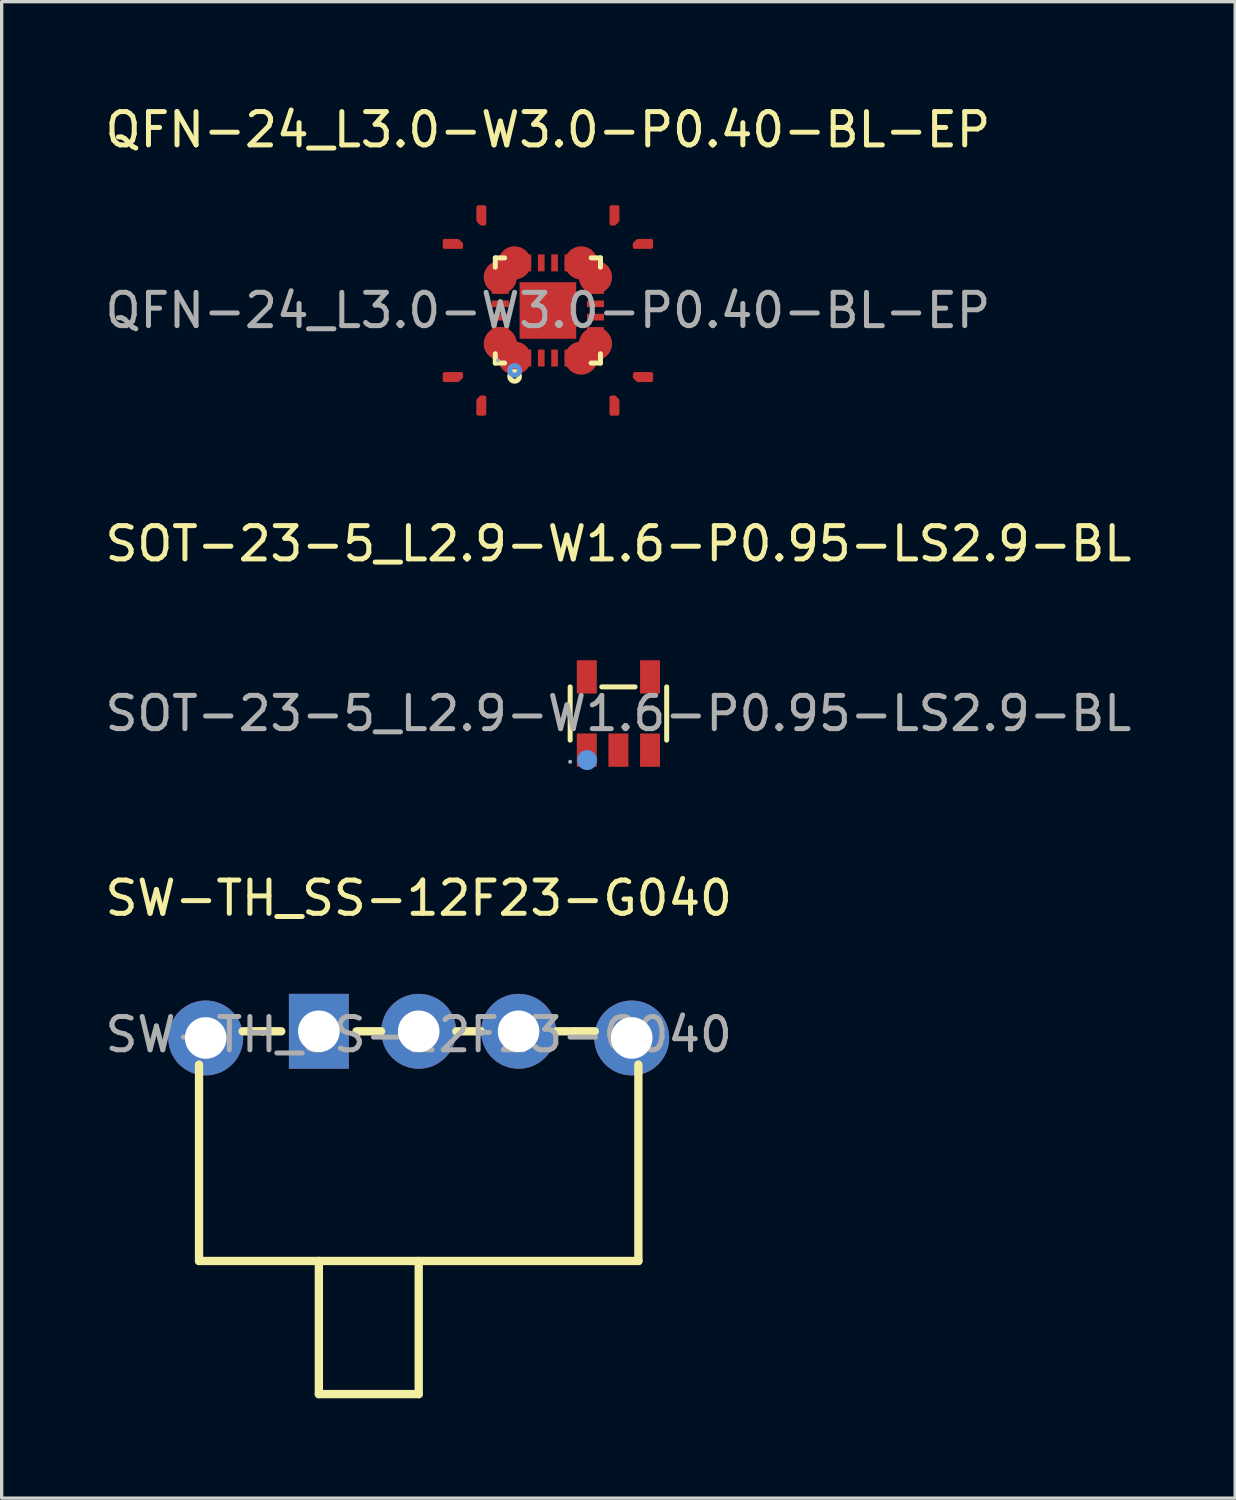
<source format=kicad_pcb>
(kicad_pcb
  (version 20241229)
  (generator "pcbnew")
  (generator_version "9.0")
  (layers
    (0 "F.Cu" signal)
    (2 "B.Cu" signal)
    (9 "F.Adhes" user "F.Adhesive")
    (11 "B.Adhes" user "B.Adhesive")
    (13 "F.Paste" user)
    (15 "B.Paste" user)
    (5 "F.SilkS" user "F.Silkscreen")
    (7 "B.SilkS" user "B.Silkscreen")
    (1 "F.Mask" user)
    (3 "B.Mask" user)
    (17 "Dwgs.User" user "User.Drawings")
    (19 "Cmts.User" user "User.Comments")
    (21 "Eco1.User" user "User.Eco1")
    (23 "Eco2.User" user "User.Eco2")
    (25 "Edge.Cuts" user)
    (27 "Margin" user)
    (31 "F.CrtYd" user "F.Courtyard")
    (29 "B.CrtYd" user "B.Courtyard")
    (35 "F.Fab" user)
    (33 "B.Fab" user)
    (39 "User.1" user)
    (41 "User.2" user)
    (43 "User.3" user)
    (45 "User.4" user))
  (footprint "SOT-23-5_L2.9-W1.6-P0.95-LS2.9-BL"
    (layer "F.Cu")
    (at 15.53 18.387)
    (property "Reference" "SOT-23-5_L2.9-W1.6-P0.95-LS2.9-BL" (at 0 -5.1 0) (layer "F.SilkS") (effects (font (size 1 1) (thickness 0.15))))
    (attr through_hole)
    (fp_line (start -1.45 -0.8) (end -1.45 0.8) (stroke (width 0.15) (type solid)) (layer "F.SilkS"))
    (fp_line (start -0.5 -0.8) (end 0.5 -0.8) (stroke (width 0.15) (type solid)) (layer "F.SilkS"))
    (fp_line (start 1.45 -0.8) (end 1.45 0.8) (stroke (width 0.15) (type solid)) (layer "F.SilkS"))
    (fp_circle (center -0.94 1.4) (end -0.79 1.4) (stroke (width 0.3) (type solid)) (fill no) (layer "Cmts.User"))
    (fp_circle (center -1.45 1.45) (end -1.42 1.45) (stroke (width 0.06) (type solid)) (fill no) (layer "F.Fab"))
    (fp_text user "${REFERENCE}" (at 0 0 0) (layer "F.Fab") (effects (font (size 1 1) (thickness 0.15))))
    (pad "1" smd rect (at -0.95 1.1) (size 0.6 1) (layers "F.Cu" "F.Mask" "F.Paste"))
    (pad "2" smd rect (at 0 1.1) (size 0.6 1) (layers "F.Cu" "F.Mask" "F.Paste"))
    (pad "3" smd rect (at 0.95 1.1) (size 0.6 1) (layers "F.Cu" "F.Mask" "F.Paste"))
    (pad "4" smd rect (at 0.95 -1.1) (size 0.6 1) (layers "F.Cu" "F.Mask" "F.Paste"))
    (pad "5" smd rect (at -0.95 -1.1) (size 0.6 1) (layers "F.Cu" "F.Mask" "F.Paste")))
  (footprint "QFN-24_L3.0-W3.0-P0.40-BL-EP"
    (layer "F.Cu")
    (at 13.411 6.278)
    (property "Reference" "QFN-24_L3.0-W3.0-P0.40-BL-EP" (at 0 -5.43 0) (layer "F.SilkS") (effects (font (size 1 1) (thickness 0.15))))
    (attr smd)
    (fp_line (start -1.58 -1.58) (end -1.3 -1.58) (stroke (width 0.15) (type solid)) (layer "F.SilkS"))
    (fp_line (start -1.58 -1.3) (end -1.58 -1.58) (stroke (width 0.15) (type solid)) (layer "F.SilkS"))
    (fp_line (start -1.58 1.3) (end -1.58 1.58) (stroke (width 0.15) (type solid)) (layer "F.SilkS"))
    (fp_line (start -1.58 1.58) (end -1.3 1.58) (stroke (width 0.15) (type solid)) (layer "F.SilkS"))
    (fp_line (start 1.58 -1.58) (end 1.3 -1.58) (stroke (width 0.15) (type solid)) (layer "F.SilkS"))
    (fp_line (start 1.58 -1.3) (end 1.58 -1.58) (stroke (width 0.15) (type solid)) (layer "F.SilkS"))
    (fp_line (start 1.58 1.3) (end 1.58 1.58) (stroke (width 0.15) (type solid)) (layer "F.SilkS"))
    (fp_line (start 1.58 1.58) (end 1.3 1.58) (stroke (width 0.15) (type solid)) (layer "F.SilkS"))
    (fp_circle (center -1 1.98) (end -0.93 1.98) (stroke (width 0.15) (type solid)) (fill no) (layer "F.SilkS"))
    (fp_circle (center -1 1.8) (end -0.93 1.8) (stroke (width 0.15) (type solid)) (fill no) (layer "Cmts.User"))
    (fp_circle (center -1.5 1.5) (end -1.47 1.5) (stroke (width 0.06) (type solid)) (fill no) (layer "F.Fab"))
    (fp_text user "${REFERENCE}" (at 0 0 0) (layer "F.Fab") (effects (font (size 1 1) (thickness 0.15))))
    (pad "1" smd custom (at -1 1.43) (size 1 1) (layers "F.Cu" "F.Mask" "F.Paste") (options (anchor circle)) (primitives (gr_poly (pts (xy -1.1 1.68) (xy -0.9 1.68) (xy -0.9 1.18) (xy -1 1.17) (xy -1.1 1.27)) (width 0.1) (fill yes))))
    (pad "2" smd rect (at -0.6 1.43) (size 0.2 0.51) (layers "F.Cu" "F.Mask" "F.Paste"))
    (pad "3" smd rect (at -0.2 1.43) (size 0.2 0.51) (layers "F.Cu" "F.Mask" "F.Paste"))
    (pad "4" smd rect (at 0.2 1.43) (size 0.2 0.51) (layers "F.Cu" "F.Mask" "F.Paste"))
    (pad "5" smd rect (at 0.6 1.43) (size 0.2 0.51) (layers "F.Cu" "F.Mask" "F.Paste"))
    (pad "6" smd custom (at 1 1.43) (size 1 1) (layers "F.Cu" "F.Mask" "F.Paste") (options (anchor circle)) (primitives (gr_poly (pts (xy 1.1 1.68) (xy 0.9 1.68) (xy 0.9 1.18) (xy 1 1.17) (xy 1.1 1.27)) (width 0.1) (fill yes))))
    (pad "7" smd custom (at 1.43 1) (size 1 1) (layers "F.Cu" "F.Mask" "F.Paste") (options (anchor circle)) (primitives (gr_poly (pts (xy 1.68 1.1) (xy 1.27 1.1) (xy 1.17 1) (xy 1.18 0.9) (xy 1.68 0.9)) (width 0.1) (fill yes))))
    (pad "8" smd rect (at 1.43 0.6) (size 0.51 0.2) (layers "F.Cu" "F.Mask" "F.Paste"))
    (pad "9" smd rect (at 1.43 0.2) (size 0.51 0.2) (layers "F.Cu" "F.Mask" "F.Paste"))
    (pad "10" smd rect (at 1.43 -0.2) (size 0.51 0.2) (layers "F.Cu" "F.Mask" "F.Paste"))
    (pad "11" smd rect (at 1.43 -0.6) (size 0.51 0.2) (layers "F.Cu" "F.Mask" "F.Paste"))
    (pad "12" smd custom (at 1.43 -1) (size 1 1) (layers "F.Cu" "F.Mask" "F.Paste") (options (anchor circle)) (primitives (gr_poly (pts (xy 1.68 -1.1) (xy 1.27 -1.1) (xy 1.17 -1) (xy 1.17 -0.9) (xy 1.68 -0.9)) (width 0.1) (fill yes))))
    (pad "13" smd custom (at 1 -1.43) (size 1 1) (layers "F.Cu" "F.Mask" "F.Paste") (options (anchor circle)) (primitives (gr_poly (pts (xy 1.1 -1.68) (xy 0.9 -1.68) (xy 0.9 -1.17) (xy 1 -1.17) (xy 1.1 -1.27)) (width 0.1) (fill yes))))
    (pad "14" smd rect (at 0.6 -1.43) (size 0.2 0.51) (layers "F.Cu" "F.Mask" "F.Paste"))
    (pad "15" smd rect (at 0.2 -1.43) (size 0.2 0.51) (layers "F.Cu" "F.Mask" "F.Paste"))
    (pad "16" smd rect (at -0.2 -1.43) (size 0.2 0.51) (layers "F.Cu" "F.Mask" "F.Paste"))
    (pad "17" smd rect (at -0.6 -1.43) (size 0.2 0.51) (layers "F.Cu" "F.Mask" "F.Paste"))
    (pad "18" smd custom (at -1 -1.43) (size 1 1) (layers "F.Cu" "F.Mask" "F.Paste") (options (anchor circle)) (primitives (gr_poly (pts (xy -1.1 -1.68) (xy -0.9 -1.68) (xy -0.9 -1.17) (xy -1 -1.17) (xy -1.1 -1.27)) (width 0.1) (fill yes))))
    (pad "19" smd custom (at -1.43 -1) (size 1 1) (layers "F.Cu" "F.Mask" "F.Paste") (options (anchor circle)) (primitives (gr_poly (pts (xy -1.68 -1.1) (xy -1.27 -1.1) (xy -1.17 -1) (xy -1.17 -0.9) (xy -1.68 -0.9)) (width 0.1) (fill yes))))
    (pad "20" smd rect (at -1.43 -0.6) (size 0.51 0.2) (layers "F.Cu" "F.Mask" "F.Paste"))
    (pad "21" smd rect (at -1.43 -0.2) (size 0.51 0.2) (layers "F.Cu" "F.Mask" "F.Paste"))
    (pad "22" smd rect (at -1.43 0.2) (size 0.51 0.2) (layers "F.Cu" "F.Mask" "F.Paste"))
    (pad "23" smd rect (at -1.43 0.6) (size 0.51 0.2) (layers "F.Cu" "F.Mask" "F.Paste"))
    (pad "24" smd custom (at -1.43 1) (size 1 1) (layers "F.Cu" "F.Mask" "F.Paste") (options (anchor circle)) (primitives (gr_poly (pts (xy -1.68 1.1) (xy -1.27 1.1) (xy -1.17 1) (xy -1.17 0.9) (xy -1.68 0.9)) (width 0.1) (fill yes))))
    (pad "25" smd rect (at 0 0) (size 1.7 1.7) (layers "F.Cu" "F.Mask" "F.Paste")))
  (footprint "SW-TH_SS-12F23-G040"
    (layer "F.Cu")
    (at 9.53 28.035)
    (property "Reference" "SW-TH_SS-12F23-G040" (at 0 -4.1 0) (layer "F.SilkS") (effects (font (size 1 1) (thickness 0.15))))
    (attr through_hole)
    (fp_line (start -6.6 6.8) (end -6.6 0.9) (stroke (width 0.25) (type solid)) (layer "F.SilkS"))
    (fp_line (start -6.6 6.8) (end 6.6 6.8) (stroke (width 0.25) (type solid)) (layer "F.SilkS"))
    (fp_line (start -4.69 -0.1) (end -5.29 -0.1) (stroke (width 0.25) (type solid)) (layer "F.SilkS"))
    (fp_line (start -4.13 -0.1) (end -4.69 -0.1) (stroke (width 0.25) (type solid)) (layer "F.SilkS"))
    (fp_line (start -3 10.8) (end -3 6.8) (stroke (width 0.25) (type solid)) (layer "F.SilkS"))
    (fp_line (start -3 10.8) (end 0 10.8) (stroke (width 0.25) (type solid)) (layer "F.SilkS"))
    (fp_line (start -1.13 -0.1) (end -1.87 -0.1) (stroke (width 0.25) (type solid)) (layer "F.SilkS"))
    (fp_line (start 0 10.8) (end 0 6.8) (stroke (width 0.25) (type solid)) (layer "F.SilkS"))
    (fp_line (start 1.87 -0.1) (end 1.13 -0.1) (stroke (width 0.25) (type solid)) (layer "F.SilkS"))
    (fp_line (start 4.69 -0.1) (end 4.13 -0.1) (stroke (width 0.25) (type solid)) (layer "F.SilkS"))
    (fp_line (start 4.69 -0.1) (end 5.29 -0.1) (stroke (width 0.25) (type solid)) (layer "F.SilkS"))
    (fp_line (start 6.6 6.8) (end 6.6 0.9) (stroke (width 0.25) (type solid)) (layer "F.SilkS"))
    (fp_circle (center -6.6 -0.3) (end -6.57 -0.3) (stroke (width 0.06) (type solid)) (fill no) (layer "F.Fab"))
    (fp_text user "${REFERENCE}" (at 0 0 0) (layer "F.Fab") (effects (font (size 1 1) (thickness 0.15))))
    (pad "1" thru_hole rect (at -3 -0.1) (size 1.8 2.25) (drill 1.25) (layers "*.Cu" "*.Mask"))
    (pad "2" thru_hole circle (at 0 -0.1) (size 2.25 2.25) (drill 1.25) (layers "*.Cu" "*.Mask"))
    (pad "3" thru_hole circle (at 3 -0.1) (size 2.25 2.25) (drill 1.25) (layers "*.Cu" "*.Mask"))
    (pad "4" thru_hole circle (at 6.4 0.1) (size 2.25 2.25) (drill 1.25) (layers "*.Cu" "*.Mask"))
    (pad "5" thru_hole circle (at -6.4 0.1) (size 2.25 2.25) (drill 1.25) (layers "*.Cu" "*.Mask")))
  (gr_rect
    (start -3 -3)
    (end 34.06 41.96)
    (stroke (width 0.1) (type default))
    (fill no)
    (layer "Edge.Cuts")))
</source>
